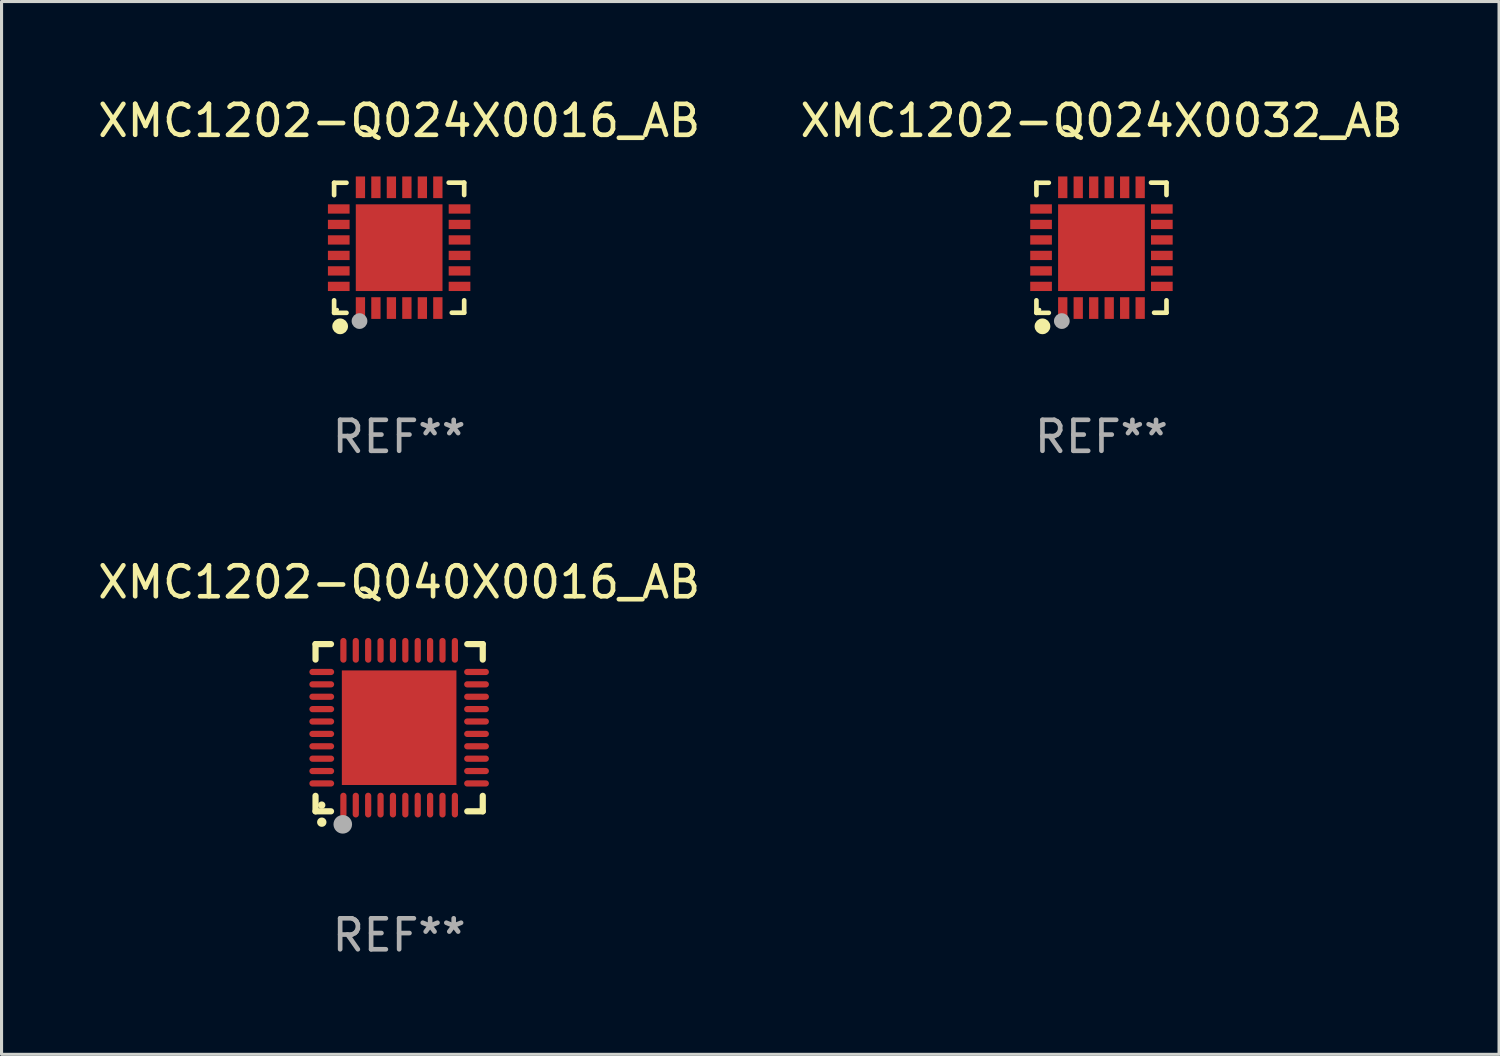
<source format=kicad_pcb>
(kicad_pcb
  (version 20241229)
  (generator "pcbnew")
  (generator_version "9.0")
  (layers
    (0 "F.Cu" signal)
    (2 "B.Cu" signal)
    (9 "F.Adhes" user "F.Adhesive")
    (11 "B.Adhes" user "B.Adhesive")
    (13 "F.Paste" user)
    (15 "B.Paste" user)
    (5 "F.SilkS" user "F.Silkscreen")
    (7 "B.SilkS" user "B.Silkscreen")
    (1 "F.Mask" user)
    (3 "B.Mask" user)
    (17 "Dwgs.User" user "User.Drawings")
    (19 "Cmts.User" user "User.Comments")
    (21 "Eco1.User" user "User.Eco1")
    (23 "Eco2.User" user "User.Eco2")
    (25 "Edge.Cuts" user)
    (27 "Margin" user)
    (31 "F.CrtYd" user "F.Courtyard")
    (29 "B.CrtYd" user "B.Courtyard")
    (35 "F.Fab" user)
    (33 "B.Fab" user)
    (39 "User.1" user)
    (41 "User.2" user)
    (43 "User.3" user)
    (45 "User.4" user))
  (footprint "XMC1202-Q024X0032_AB"
    (layer "F.Cu")
    (at 32.518 4.95)
    (property "Reference" "XMC1202-Q024X0032_AB" (at 0 -4.102 0) (layer "F.SilkS") (effects (font (size 1 1) (thickness 0.15))))
    (attr through_hole)
    (fp_line (start -2.1 -2.098) (end -1.7 -2.098) (stroke (width 0.15) (type solid)) (layer "F.SilkS"))
    (fp_line (start -2.1 -1.698) (end -2.1 -2.098) (stroke (width 0.15) (type solid)) (layer "F.SilkS"))
    (fp_line (start -2.1 2.102) (end -2.1 1.698) (stroke (width 0.15) (type solid)) (layer "F.SilkS"))
    (fp_line (start -1.7 2.102) (end -2.1 2.102) (stroke (width 0.15) (type solid)) (layer "F.SilkS"))
    (fp_line (start 1.6 -2.102) (end 2.1 -2.102) (stroke (width 0.15) (type solid)) (layer "F.SilkS"))
    (fp_line (start 1.7 2.098) (end 2.1 2.098) (stroke (width 0.15) (type solid)) (layer "F.SilkS"))
    (fp_line (start 2.1 -2.102) (end 2.1 -1.702) (stroke (width 0.15) (type solid)) (layer "F.SilkS"))
    (fp_line (start 2.1 2.098) (end 2.1 1.698) (stroke (width 0.15) (type solid)) (layer "F.SilkS"))
    (fp_circle (center -2 1.998) (end -1.97 1.998) (stroke (width 0.06) (type solid)) (fill no) (layer "F.SilkS"))
    (fp_circle (center -1.905 2.538) (end -1.778 2.538) (stroke (width 0.254) (type solid)) (fill no) (layer "F.SilkS"))
    (fp_circle (center -1.28 2.368) (end -1.153 2.368) (stroke (width 0.254) (type solid)) (fill no) (layer "F.Fab"))
    (fp_text user "REF**" (at 0 6.102 0) (layer "F.Fab") (effects (font (size 1 1) (thickness 0.15))))
    (pad "1" smd rect (at -1.25 1.948 180) (size 0.3 0.7) (layers "F.Cu" "F.Mask" "F.Paste"))
    (pad "2" smd rect (at -0.75 1.948 180) (size 0.3 0.7) (layers "F.Cu" "F.Mask" "F.Paste"))
    (pad "3" smd rect (at -0.25 1.948 180) (size 0.3 0.7) (layers "F.Cu" "F.Mask" "F.Paste"))
    (pad "4" smd rect (at 0.25 1.948 180) (size 0.3 0.7) (layers "F.Cu" "F.Mask" "F.Paste"))
    (pad "5" smd rect (at 0.75 1.948 180) (size 0.3 0.7) (layers "F.Cu" "F.Mask" "F.Paste"))
    (pad "6" smd rect (at 1.25 1.948 180) (size 0.3 0.7) (layers "F.Cu" "F.Mask" "F.Paste"))
    (pad "7" smd rect (at 1.95 1.248 270) (size 0.3 0.7) (layers "F.Cu" "F.Mask" "F.Paste"))
    (pad "8" smd rect (at 1.95 0.748 270) (size 0.3 0.7) (layers "F.Cu" "F.Mask" "F.Paste"))
    (pad "9" smd rect (at 1.95 0.248 270) (size 0.3 0.7) (layers "F.Cu" "F.Mask" "F.Paste"))
    (pad "10" smd rect (at 1.95 -0.252 270) (size 0.3 0.7) (layers "F.Cu" "F.Mask" "F.Paste"))
    (pad "11" smd rect (at 1.95 -0.752 270) (size 0.3 0.7) (layers "F.Cu" "F.Mask" "F.Paste"))
    (pad "12" smd rect (at 1.95 -1.252 270) (size 0.3 0.7) (layers "F.Cu" "F.Mask" "F.Paste"))
    (pad "13" smd rect (at 1.25 -1.952) (size 0.3 0.7) (layers "F.Cu" "F.Mask" "F.Paste"))
    (pad "14" smd rect (at 0.75 -1.952) (size 0.3 0.7) (layers "F.Cu" "F.Mask" "F.Paste"))
    (pad "15" smd rect (at 0.25 -1.952) (size 0.3 0.7) (layers "F.Cu" "F.Mask" "F.Paste"))
    (pad "16" smd rect (at -0.25 -1.952) (size 0.3 0.7) (layers "F.Cu" "F.Mask" "F.Paste"))
    (pad "17" smd rect (at -0.75 -1.952) (size 0.3 0.7) (layers "F.Cu" "F.Mask" "F.Paste"))
    (pad "18" smd rect (at -1.25 -1.952) (size 0.3 0.7) (layers "F.Cu" "F.Mask" "F.Paste"))
    (pad "19" smd rect (at -1.95 -1.252 90) (size 0.3 0.7) (layers "F.Cu" "F.Mask" "F.Paste"))
    (pad "20" smd rect (at -1.95 -0.752 90) (size 0.3 0.7) (layers "F.Cu" "F.Mask" "F.Paste"))
    (pad "21" smd rect (at -1.95 -0.252 90) (size 0.3 0.7) (layers "F.Cu" "F.Mask" "F.Paste"))
    (pad "22" smd rect (at -1.95 0.248 90) (size 0.3 0.7) (layers "F.Cu" "F.Mask" "F.Paste"))
    (pad "23" smd rect (at -1.95 0.748 90) (size 0.3 0.7) (layers "F.Cu" "F.Mask" "F.Paste"))
    (pad "24" smd rect (at -1.95 1.248 90) (size 0.3 0.7) (layers "F.Cu" "F.Mask" "F.Paste"))
    (pad "25" smd rect (at 0.000038 -0.002) (size 2.8 2.8) (layers "F.Cu" "F.Mask" "F.Paste")))
  (footprint "XMC1202-Q024X0016_AB"
    (layer "F.Cu")
    (at 9.839 4.95)
    (property "Reference" "XMC1202-Q024X0016_AB" (at 0 -4.102 0) (layer "F.SilkS") (effects (font (size 1 1) (thickness 0.15))))
    (attr through_hole)
    (fp_line (start -2.1 -2.098) (end -1.7 -2.098) (stroke (width 0.15) (type solid)) (layer "F.SilkS"))
    (fp_line (start -2.1 -1.698) (end -2.1 -2.098) (stroke (width 0.15) (type solid)) (layer "F.SilkS"))
    (fp_line (start -2.1 2.102) (end -2.1 1.698) (stroke (width 0.15) (type solid)) (layer "F.SilkS"))
    (fp_line (start -1.7 2.102) (end -2.1 2.102) (stroke (width 0.15) (type solid)) (layer "F.SilkS"))
    (fp_line (start 1.6 -2.102) (end 2.1 -2.102) (stroke (width 0.15) (type solid)) (layer "F.SilkS"))
    (fp_line (start 1.7 2.098) (end 2.1 2.098) (stroke (width 0.15) (type solid)) (layer "F.SilkS"))
    (fp_line (start 2.1 -2.102) (end 2.1 -1.702) (stroke (width 0.15) (type solid)) (layer "F.SilkS"))
    (fp_line (start 2.1 2.098) (end 2.1 1.698) (stroke (width 0.15) (type solid)) (layer "F.SilkS"))
    (fp_circle (center -2 1.998) (end -1.97 1.998) (stroke (width 0.06) (type solid)) (fill no) (layer "F.SilkS"))
    (fp_circle (center -1.905 2.538) (end -1.778 2.538) (stroke (width 0.254) (type solid)) (fill no) (layer "F.SilkS"))
    (fp_circle (center -1.28 2.368) (end -1.153 2.368) (stroke (width 0.254) (type solid)) (fill no) (layer "F.Fab"))
    (fp_text user "REF**" (at 0 6.102 0) (layer "F.Fab") (effects (font (size 1 1) (thickness 0.15))))
    (pad "1" smd rect (at -1.25 1.948 180) (size 0.3 0.7) (layers "F.Cu" "F.Mask" "F.Paste"))
    (pad "2" smd rect (at -0.75 1.948 180) (size 0.3 0.7) (layers "F.Cu" "F.Mask" "F.Paste"))
    (pad "3" smd rect (at -0.25 1.948 180) (size 0.3 0.7) (layers "F.Cu" "F.Mask" "F.Paste"))
    (pad "4" smd rect (at 0.25 1.948 180) (size 0.3 0.7) (layers "F.Cu" "F.Mask" "F.Paste"))
    (pad "5" smd rect (at 0.75 1.948 180) (size 0.3 0.7) (layers "F.Cu" "F.Mask" "F.Paste"))
    (pad "6" smd rect (at 1.25 1.948 180) (size 0.3 0.7) (layers "F.Cu" "F.Mask" "F.Paste"))
    (pad "7" smd rect (at 1.95 1.248 270) (size 0.3 0.7) (layers "F.Cu" "F.Mask" "F.Paste"))
    (pad "8" smd rect (at 1.95 0.748 270) (size 0.3 0.7) (layers "F.Cu" "F.Mask" "F.Paste"))
    (pad "9" smd rect (at 1.95 0.248 270) (size 0.3 0.7) (layers "F.Cu" "F.Mask" "F.Paste"))
    (pad "10" smd rect (at 1.95 -0.252 270) (size 0.3 0.7) (layers "F.Cu" "F.Mask" "F.Paste"))
    (pad "11" smd rect (at 1.95 -0.752 270) (size 0.3 0.7) (layers "F.Cu" "F.Mask" "F.Paste"))
    (pad "12" smd rect (at 1.95 -1.252 270) (size 0.3 0.7) (layers "F.Cu" "F.Mask" "F.Paste"))
    (pad "13" smd rect (at 1.25 -1.952) (size 0.3 0.7) (layers "F.Cu" "F.Mask" "F.Paste"))
    (pad "14" smd rect (at 0.75 -1.952) (size 0.3 0.7) (layers "F.Cu" "F.Mask" "F.Paste"))
    (pad "15" smd rect (at 0.25 -1.952) (size 0.3 0.7) (layers "F.Cu" "F.Mask" "F.Paste"))
    (pad "16" smd rect (at -0.25 -1.952) (size 0.3 0.7) (layers "F.Cu" "F.Mask" "F.Paste"))
    (pad "17" smd rect (at -0.75 -1.952) (size 0.3 0.7) (layers "F.Cu" "F.Mask" "F.Paste"))
    (pad "18" smd rect (at -1.25 -1.952) (size 0.3 0.7) (layers "F.Cu" "F.Mask" "F.Paste"))
    (pad "19" smd rect (at -1.95 -1.252 90) (size 0.3 0.7) (layers "F.Cu" "F.Mask" "F.Paste"))
    (pad "20" smd rect (at -1.95 -0.752 90) (size 0.3 0.7) (layers "F.Cu" "F.Mask" "F.Paste"))
    (pad "21" smd rect (at -1.95 -0.252 90) (size 0.3 0.7) (layers "F.Cu" "F.Mask" "F.Paste"))
    (pad "22" smd rect (at -1.95 0.248 90) (size 0.3 0.7) (layers "F.Cu" "F.Mask" "F.Paste"))
    (pad "23" smd rect (at -1.95 0.748 90) (size 0.3 0.7) (layers "F.Cu" "F.Mask" "F.Paste"))
    (pad "24" smd rect (at -1.95 1.248 90) (size 0.3 0.7) (layers "F.Cu" "F.Mask" "F.Paste"))
    (pad "25" smd rect (at 0.000038 -0.002) (size 2.8 2.8) (layers "F.Cu" "F.Mask" "F.Paste")))
  (footprint "XMC1202-Q040X0016_AB"
    (layer "F.Cu")
    (at 9.839 20.449)
    (property "Reference" "XMC1202-Q040X0016_AB" (at 0 -4.7 0) (layer "F.SilkS") (effects (font (size 1 1) (thickness 0.15))))
    (attr through_hole)
    (fp_line (start -2.7 -2.7) (end -2.7 -2.2) (stroke (width 0.2) (type solid)) (layer "F.SilkS"))
    (fp_line (start -2.7 2.7) (end -2.7 2.2) (stroke (width 0.2) (type solid)) (layer "F.SilkS"))
    (fp_line (start -2.2 -2.7) (end -2.7 -2.7) (stroke (width 0.2) (type solid)) (layer "F.SilkS"))
    (fp_line (start -2.2 2.7) (end -2.7 2.7) (stroke (width 0.2) (type solid)) (layer "F.SilkS"))
    (fp_line (start 2.7 -2.7) (end 2.2 -2.7) (stroke (width 0.2) (type solid)) (layer "F.SilkS"))
    (fp_line (start 2.7 -2.2) (end 2.7 -2.7) (stroke (width 0.2) (type solid)) (layer "F.SilkS"))
    (fp_line (start 2.7 2.2) (end 2.7 2.7) (stroke (width 0.2) (type solid)) (layer "F.SilkS"))
    (fp_line (start 2.7 2.7) (end 2.2 2.7) (stroke (width 0.2) (type solid)) (layer "F.SilkS"))
    (fp_arc (start -2.499365 3.050546) (mid -2.498095 3.050541) (end -2.496825 3.050546) (stroke (width 0.3) (type solid)) (layer "F.SilkS"))
    (fp_circle (center -2.5 2.5) (end -2.44 2.5) (stroke (width 0.12) (type solid)) (fill no) (layer "F.SilkS"))
    (fp_circle (center -1.82 3.12) (end -1.67 3.12) (stroke (width 0.3) (type solid)) (fill no) (layer "F.Fab"))
    (fp_text user "REF**" (at 0 6.7 0) (layer "F.Fab") (effects (font (size 1 1) (thickness 0.15))))
    (pad "1" smd oval (at -1.8 2.499) (size 0.2 0.8) (layers "F.Cu" "F.Mask" "F.Paste"))
    (pad "2" smd oval (at -1.4 2.499) (size 0.2 0.8) (layers "F.Cu" "F.Mask" "F.Paste"))
    (pad "3" smd oval (at -1 2.499) (size 0.2 0.8) (layers "F.Cu" "F.Mask" "F.Paste"))
    (pad "4" smd oval (at -0.6 2.499) (size 0.2 0.8) (layers "F.Cu" "F.Mask" "F.Paste"))
    (pad "5" smd oval (at -0.2 2.499) (size 0.2 0.8) (layers "F.Cu" "F.Mask" "F.Paste"))
    (pad "6" smd oval (at 0.2 2.499) (size 0.2 0.8) (layers "F.Cu" "F.Mask" "F.Paste"))
    (pad "7" smd oval (at 0.6 2.499) (size 0.2 0.8) (layers "F.Cu" "F.Mask" "F.Paste"))
    (pad "8" smd oval (at 1 2.499) (size 0.2 0.8) (layers "F.Cu" "F.Mask" "F.Paste"))
    (pad "9" smd oval (at 1.4 2.499) (size 0.2 0.8) (layers "F.Cu" "F.Mask" "F.Paste"))
    (pad "10" smd oval (at 1.8 2.499) (size 0.2 0.8) (layers "F.Cu" "F.Mask" "F.Paste"))
    (pad "11" smd oval (at 2.499 1.8) (size 0.8 0.2) (layers "F.Cu" "F.Mask" "F.Paste"))
    (pad "12" smd oval (at 2.499 1.4) (size 0.8 0.2) (layers "F.Cu" "F.Mask" "F.Paste"))
    (pad "13" smd oval (at 2.499 1) (size 0.8 0.2) (layers "F.Cu" "F.Mask" "F.Paste"))
    (pad "14" smd oval (at 2.499 0.6) (size 0.8 0.2) (layers "F.Cu" "F.Mask" "F.Paste"))
    (pad "15" smd oval (at 2.499 0.2) (size 0.8 0.2) (layers "F.Cu" "F.Mask" "F.Paste"))
    (pad "16" smd oval (at 2.499 -0.2) (size 0.8 0.2) (layers "F.Cu" "F.Mask" "F.Paste"))
    (pad "17" smd oval (at 2.499 -0.6) (size 0.8 0.2) (layers "F.Cu" "F.Mask" "F.Paste"))
    (pad "18" smd oval (at 2.499 -1) (size 0.8 0.2) (layers "F.Cu" "F.Mask" "F.Paste"))
    (pad "19" smd oval (at 2.499 -1.4) (size 0.8 0.2) (layers "F.Cu" "F.Mask" "F.Paste"))
    (pad "20" smd oval (at 2.499 -1.8) (size 0.8 0.2) (layers "F.Cu" "F.Mask" "F.Paste"))
    (pad "21" smd oval (at 1.8 -2.499) (size 0.2 0.8) (layers "F.Cu" "F.Mask" "F.Paste"))
    (pad "22" smd oval (at 1.4 -2.499) (size 0.2 0.8) (layers "F.Cu" "F.Mask" "F.Paste"))
    (pad "23" smd oval (at 1 -2.499) (size 0.2 0.8) (layers "F.Cu" "F.Mask" "F.Paste"))
    (pad "24" smd oval (at 0.6 -2.499) (size 0.2 0.8) (layers "F.Cu" "F.Mask" "F.Paste"))
    (pad "25" smd oval (at 0.2 -2.499) (size 0.2 0.8) (layers "F.Cu" "F.Mask" "F.Paste"))
    (pad "26" smd oval (at -0.2 -2.499) (size 0.2 0.8) (layers "F.Cu" "F.Mask" "F.Paste"))
    (pad "27" smd oval (at -0.6 -2.499) (size 0.2 0.8) (layers "F.Cu" "F.Mask" "F.Paste"))
    (pad "28" smd oval (at -1 -2.499) (size 0.2 0.8) (layers "F.Cu" "F.Mask" "F.Paste"))
    (pad "29" smd oval (at -1.4 -2.499) (size 0.2 0.8) (layers "F.Cu" "F.Mask" "F.Paste"))
    (pad "30" smd oval (at -1.8 -2.499) (size 0.2 0.8) (layers "F.Cu" "F.Mask" "F.Paste"))
    (pad "31" smd oval (at -2.499 -1.8) (size 0.8 0.2) (layers "F.Cu" "F.Mask" "F.Paste"))
    (pad "32" smd oval (at -2.499 -1.4) (size 0.8 0.2) (layers "F.Cu" "F.Mask" "F.Paste"))
    (pad "33" smd oval (at -2.499 -1) (size 0.8 0.2) (layers "F.Cu" "F.Mask" "F.Paste"))
    (pad "34" smd oval (at -2.499 -0.6) (size 0.8 0.2) (layers "F.Cu" "F.Mask" "F.Paste"))
    (pad "35" smd oval (at -2.499 -0.2) (size 0.8 0.2) (layers "F.Cu" "F.Mask" "F.Paste"))
    (pad "36" smd oval (at -2.499 0.2) (size 0.8 0.2) (layers "F.Cu" "F.Mask" "F.Paste"))
    (pad "37" smd oval (at -2.499 0.6) (size 0.8 0.2) (layers "F.Cu" "F.Mask" "F.Paste"))
    (pad "38" smd oval (at -2.499 1) (size 0.8 0.2) (layers "F.Cu" "F.Mask" "F.Paste"))
    (pad "39" smd oval (at -2.499 1.4) (size 0.8 0.2) (layers "F.Cu" "F.Mask" "F.Paste"))
    (pad "40" smd oval (at -2.499 1.8) (size 0.8 0.2) (layers "F.Cu" "F.Mask" "F.Paste"))
    (pad "41" smd rect (at 0 0) (size 3.7 3.7) (layers "F.Cu" "F.Mask" "F.Paste")))
  (gr_rect
    (start -3 -3)
    (end 45.357 30.997)
    (stroke (width 0.1) (type default))
    (fill no)
    (layer "Edge.Cuts")))
</source>
